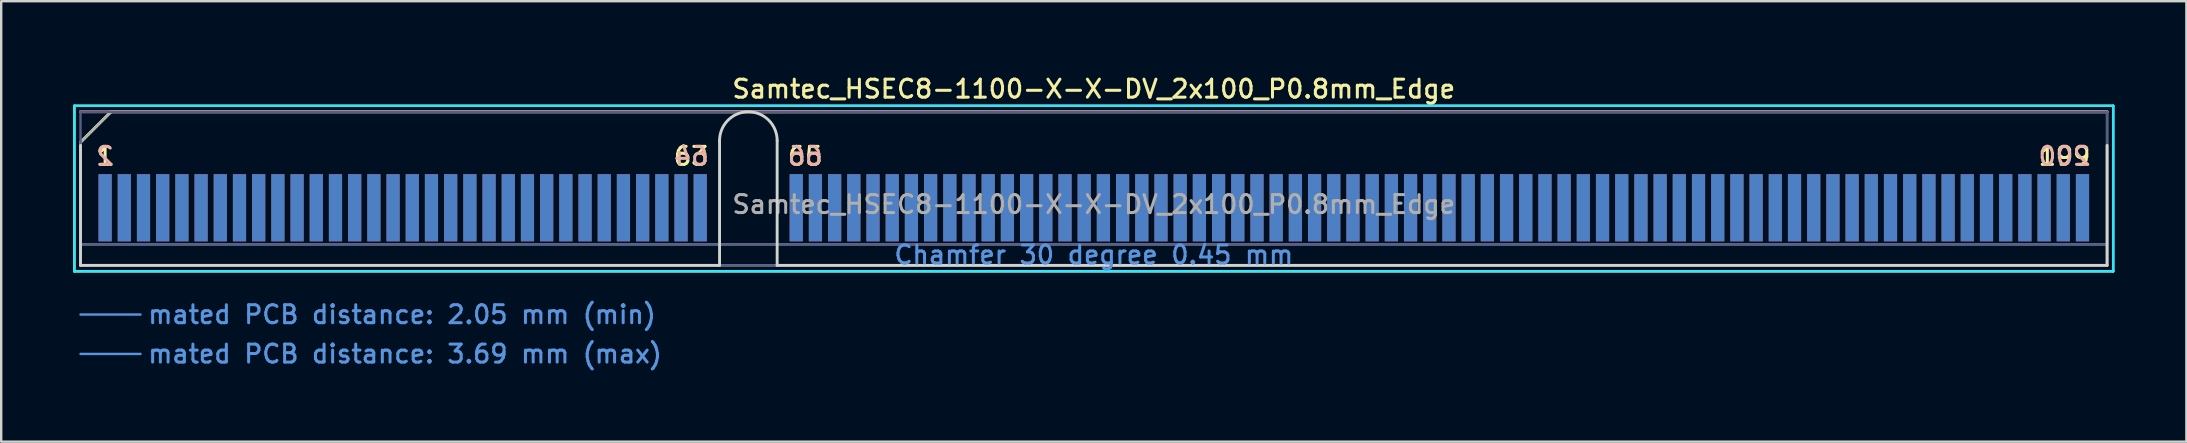
<source format=kicad_pcb>
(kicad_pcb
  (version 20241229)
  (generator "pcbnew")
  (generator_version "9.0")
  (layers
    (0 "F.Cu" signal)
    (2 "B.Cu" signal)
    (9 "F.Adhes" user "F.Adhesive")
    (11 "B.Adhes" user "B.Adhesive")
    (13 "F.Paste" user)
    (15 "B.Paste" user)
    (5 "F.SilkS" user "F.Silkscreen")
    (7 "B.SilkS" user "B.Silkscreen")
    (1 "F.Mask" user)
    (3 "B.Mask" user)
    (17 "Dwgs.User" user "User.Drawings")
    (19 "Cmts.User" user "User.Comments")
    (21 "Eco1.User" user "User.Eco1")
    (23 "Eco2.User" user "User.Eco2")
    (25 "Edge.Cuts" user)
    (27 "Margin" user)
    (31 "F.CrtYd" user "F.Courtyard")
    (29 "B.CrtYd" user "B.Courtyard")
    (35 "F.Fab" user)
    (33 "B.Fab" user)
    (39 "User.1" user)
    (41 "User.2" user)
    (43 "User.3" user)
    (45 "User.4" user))
  (footprint "Samtec_HSEC8-1100-X-X-DV_2x100_P0.8mm_Edge"
    (layer "F.Cu")
    (at 42.53 8.008)
    (property "Reference" "Samtec_HSEC8-1100-X-X-DV_2x100_P0.8mm_Edge" (at 0 -7.35 0) (layer "F.SilkS") (effects (font (size 0.75 0.75) (thickness 0.125))))
    (attr exclude_from_pos_files exclude_from_bom)
    (fp_line (start -42.48 -6.65) (end -42.48 0.25) (stroke (width 0.1) (type solid)) (layer "F.SilkS"))
    (fp_line (start -42.48 0.25) (end 42.48 0.25) (stroke (width 0.1) (type solid)) (layer "F.SilkS"))
    (fp_line (start -42.225 -5.13) (end -40.955 -6.4) (stroke (width 0.12) (type solid)) (layer "F.SilkS"))
    (fp_line (start -40.955 -6.4) (end 42.225 -6.4) (stroke (width 0.12) (type solid)) (layer "F.SilkS"))
    (fp_line (start 42.48 -6.65) (end -42.48 -6.65) (stroke (width 0.1) (type solid)) (layer "F.SilkS"))
    (fp_line (start 42.48 0.25) (end 42.48 -6.65) (stroke (width 0.1) (type solid)) (layer "F.SilkS"))
    (fp_line (start -42.225 -6.4) (end -42.225 -6.4) (stroke (width 0.12) (type solid)) (layer "B.SilkS"))
    (fp_line (start -42.225 -6.4) (end 42.225 -6.4) (stroke (width 0.12) (type solid)) (layer "B.SilkS"))
    (fp_line (start -42.225 2.05) (end -39.725 2.05) (stroke (width 0.1) (type solid)) (layer "Cmts.User"))
    (fp_line (start -42.225 3.69) (end -39.725 3.69) (stroke (width 0.1) (type solid)) (layer "Cmts.User"))
    (fp_line (start -42.225 -5) (end -42.225 0) (stroke (width 0.12) (type solid)) (layer "Edge.Cuts"))
    (fp_line (start -42.225 0) (end -15.595 0) (stroke (width 0.12) (type solid)) (layer "Edge.Cuts"))
    (fp_line (start -15.595 0) (end -15.595 -5.2) (stroke (width 0.12) (type solid)) (layer "Edge.Cuts"))
    (fp_line (start -13.195 -5.2) (end -13.195 0) (stroke (width 0.12) (type solid)) (layer "Edge.Cuts"))
    (fp_line (start -13.195 0) (end 42.225 0) (stroke (width 0.12) (type solid)) (layer "Edge.Cuts"))
    (fp_line (start 42.225 0) (end 42.225 -5) (stroke (width 0.12) (type solid)) (layer "Edge.Cuts"))
    (fp_arc (start -15.595 -5.2) (mid -14.395 -6.4) (end -13.195 -5.2) (stroke (width 0.12) (type solid)) (layer "Edge.Cuts"))
    (fp_line (start -42.48 -6.65) (end -42.48 0.25) (stroke (width 0.1) (type solid)) (layer "B.CrtYd"))
    (fp_line (start -42.48 0.25) (end 42.48 0.25) (stroke (width 0.1) (type solid)) (layer "B.CrtYd"))
    (fp_line (start 42.48 -6.65) (end -42.48 -6.65) (stroke (width 0.1) (type solid)) (layer "B.CrtYd"))
    (fp_line (start 42.48 0.25) (end 42.48 -6.65) (stroke (width 0.1) (type solid)) (layer "B.CrtYd"))
    (fp_line (start -42.225 -6.4) (end -42.225 -6.4) (stroke (width 0.1) (type solid)) (layer "B.Fab"))
    (fp_line (start -42.225 -6.4) (end -42.225 0) (stroke (width 0.1) (type solid)) (layer "B.Fab"))
    (fp_line (start -42.225 -6.4) (end 42.225 -6.4) (stroke (width 0.1) (type solid)) (layer "B.Fab"))
    (fp_line (start -42.225 -0.88) (end 42.225 -0.88) (stroke (width 0.1) (type solid)) (layer "B.Fab"))
    (fp_line (start -42.225 0) (end 42.225 0) (stroke (width 0.1) (type solid)) (layer "B.Fab"))
    (fp_line (start 42.225 -6.4) (end 42.225 0) (stroke (width 0.1) (type solid)) (layer "B.Fab"))
    (fp_line (start -42.225 -5.13) (end -42.225 0) (stroke (width 0.1) (type solid)) (layer "F.Fab"))
    (fp_line (start -42.225 -5.13) (end -40.955 -6.4) (stroke (width 0.1) (type solid)) (layer "F.Fab"))
    (fp_line (start -42.225 -0.88) (end 42.225 -0.88) (stroke (width 0.1) (type solid)) (layer "F.Fab"))
    (fp_line (start -42.225 0) (end 42.225 0) (stroke (width 0.1) (type solid)) (layer "F.Fab"))
    (fp_line (start -40.955 -6.4) (end 42.225 -6.4) (stroke (width 0.1) (type solid)) (layer "F.Fab"))
    (fp_line (start 42.225 -6.4) (end 42.225 0) (stroke (width 0.1) (type solid)) (layer "F.Fab"))
    (fp_text user "199" (at 40.45 -4.55 0) (layer "F.SilkS") (effects (font (size 0.75 0.75) (thickness 0.125))))
    (fp_text user "63" (at -16.775 -4.55 0) (layer "F.SilkS") (effects (font (size 0.75 0.75) (thickness 0.125))))
    (fp_text user "1" (at -41.2 -4.55 0) (layer "F.SilkS") (effects (font (size 0.75 0.75) (thickness 0.125))))
    (fp_text user "65" (at -12.025 -4.55 0) (layer "F.SilkS") (effects (font (size 0.75 0.75) (thickness 0.125))))
    (fp_text user "200" (at 40.45 -4.55 0) (layer "B.SilkS") (effects (font (size 0.75 0.75) (thickness 0.125)) (justify mirror)))
    (fp_text user "66" (at -12.025 -4.55 0) (layer "B.SilkS") (effects (font (size 0.75 0.75) (thickness 0.125)) (justify mirror)))
    (fp_text user "64" (at -16.775 -4.55 0) (layer "B.SilkS") (effects (font (size 0.75 0.75) (thickness 0.125)) (justify mirror)))
    (fp_text user "2" (at -41.2 -4.55 0) (layer "B.SilkS") (effects (font (size 0.75 0.75) (thickness 0.125)) (justify mirror)))
    (fp_text user "Chamfer 30 degree 0.45 mm" (at 0 -0.44 0) (layer "Cmts.User") (effects (font (size 0.75 0.75) (thickness 0.125))))
    (fp_text user "mated PCB distance: 3.69 mm (max)" (at -39.48 3.69 0) (layer "Cmts.User") (effects (font (size 0.75 0.75) (thickness 0.125)) (justify left)))
    (fp_text user "mated PCB distance: 2.05 mm (min)" (at -39.48 2.05 0) (layer "Cmts.User") (effects (font (size 0.75 0.75) (thickness 0.125)) (justify left)))
    (fp_text user "${REFERENCE}" (at 0 -2.54 0) (layer "F.Fab") (effects (font (size 0.75 0.75) (thickness 0.125))))
    (pad "1" connect rect (at -41.2 -2.4) (size 0.55 2.8) (layers "F.Cu" "F.Mask"))
    (pad "2" connect rect (at -41.2 -2.4) (size 0.55 2.8) (layers "B.Cu" "B.Mask"))
    (pad "3" connect rect (at -40.4 -2.4) (size 0.55 2.8) (layers "F.Cu" "F.Mask"))
    (pad "4" connect rect (at -40.4 -2.4) (size 0.55 2.8) (layers "B.Cu" "B.Mask"))
    (pad "5" connect rect (at -39.6 -2.4) (size 0.55 2.8) (layers "F.Cu" "F.Mask"))
    (pad "6" connect rect (at -39.6 -2.4) (size 0.55 2.8) (layers "B.Cu" "B.Mask"))
    (pad "7" connect rect (at -38.8 -2.4) (size 0.55 2.8) (layers "F.Cu" "F.Mask"))
    (pad "8" connect rect (at -38.8 -2.4) (size 0.55 2.8) (layers "B.Cu" "B.Mask"))
    (pad "9" connect rect (at -38 -2.4) (size 0.55 2.8) (layers "F.Cu" "F.Mask"))
    (pad "10" connect rect (at -38 -2.4) (size 0.55 2.8) (layers "B.Cu" "B.Mask"))
    (pad "11" connect rect (at -37.2 -2.4) (size 0.55 2.8) (layers "F.Cu" "F.Mask"))
    (pad "12" connect rect (at -37.2 -2.4) (size 0.55 2.8) (layers "B.Cu" "B.Mask"))
    (pad "13" connect rect (at -36.4 -2.4) (size 0.55 2.8) (layers "F.Cu" "F.Mask"))
    (pad "14" connect rect (at -36.4 -2.4) (size 0.55 2.8) (layers "B.Cu" "B.Mask"))
    (pad "15" connect rect (at -35.6 -2.4) (size 0.55 2.8) (layers "F.Cu" "F.Mask"))
    (pad "16" connect rect (at -35.6 -2.4) (size 0.55 2.8) (layers "B.Cu" "B.Mask"))
    (pad "17" connect rect (at -34.8 -2.4) (size 0.55 2.8) (layers "F.Cu" "F.Mask"))
    (pad "18" connect rect (at -34.8 -2.4) (size 0.55 2.8) (layers "B.Cu" "B.Mask"))
    (pad "19" connect rect (at -34 -2.4) (size 0.55 2.8) (layers "F.Cu" "F.Mask"))
    (pad "20" connect rect (at -34 -2.4) (size 0.55 2.8) (layers "B.Cu" "B.Mask"))
    (pad "21" connect rect (at -33.2 -2.4) (size 0.55 2.8) (layers "F.Cu" "F.Mask"))
    (pad "22" connect rect (at -33.2 -2.4) (size 0.55 2.8) (layers "B.Cu" "B.Mask"))
    (pad "23" connect rect (at -32.4 -2.4) (size 0.55 2.8) (layers "F.Cu" "F.Mask"))
    (pad "24" connect rect (at -32.4 -2.4) (size 0.55 2.8) (layers "B.Cu" "B.Mask"))
    (pad "25" connect rect (at -31.6 -2.4) (size 0.55 2.8) (layers "F.Cu" "F.Mask"))
    (pad "26" connect rect (at -31.6 -2.4) (size 0.55 2.8) (layers "B.Cu" "B.Mask"))
    (pad "27" connect rect (at -30.8 -2.4) (size 0.55 2.8) (layers "F.Cu" "F.Mask"))
    (pad "28" connect rect (at -30.8 -2.4) (size 0.55 2.8) (layers "B.Cu" "B.Mask"))
    (pad "29" connect rect (at -30 -2.4) (size 0.55 2.8) (layers "F.Cu" "F.Mask"))
    (pad "30" connect rect (at -30 -2.4) (size 0.55 2.8) (layers "B.Cu" "B.Mask"))
    (pad "31" connect rect (at -29.2 -2.4) (size 0.55 2.8) (layers "F.Cu" "F.Mask"))
    (pad "32" connect rect (at -29.2 -2.4) (size 0.55 2.8) (layers "B.Cu" "B.Mask"))
    (pad "33" connect rect (at -28.4 -2.4) (size 0.55 2.8) (layers "F.Cu" "F.Mask"))
    (pad "34" connect rect (at -28.4 -2.4) (size 0.55 2.8) (layers "B.Cu" "B.Mask"))
    (pad "35" connect rect (at -27.6 -2.4) (size 0.55 2.8) (layers "F.Cu" "F.Mask"))
    (pad "36" connect rect (at -27.6 -2.4) (size 0.55 2.8) (layers "B.Cu" "B.Mask"))
    (pad "37" connect rect (at -26.8 -2.4) (size 0.55 2.8) (layers "F.Cu" "F.Mask"))
    (pad "38" connect rect (at -26.8 -2.4) (size 0.55 2.8) (layers "B.Cu" "B.Mask"))
    (pad "39" connect rect (at -26 -2.4) (size 0.55 2.8) (layers "F.Cu" "F.Mask"))
    (pad "40" connect rect (at -26 -2.4) (size 0.55 2.8) (layers "B.Cu" "B.Mask"))
    (pad "41" connect rect (at -25.2 -2.4) (size 0.55 2.8) (layers "F.Cu" "F.Mask"))
    (pad "42" connect rect (at -25.2 -2.4) (size 0.55 2.8) (layers "B.Cu" "B.Mask"))
    (pad "43" connect rect (at -24.4 -2.4) (size 0.55 2.8) (layers "F.Cu" "F.Mask"))
    (pad "44" connect rect (at -24.4 -2.4) (size 0.55 2.8) (layers "B.Cu" "B.Mask"))
    (pad "45" connect rect (at -23.6 -2.4) (size 0.55 2.8) (layers "F.Cu" "F.Mask"))
    (pad "46" connect rect (at -23.6 -2.4) (size 0.55 2.8) (layers "B.Cu" "B.Mask"))
    (pad "47" connect rect (at -22.8 -2.4) (size 0.55 2.8) (layers "F.Cu" "F.Mask"))
    (pad "48" connect rect (at -22.8 -2.4) (size 0.55 2.8) (layers "B.Cu" "B.Mask"))
    (pad "49" connect rect (at -22 -2.4) (size 0.55 2.8) (layers "F.Cu" "F.Mask"))
    (pad "50" connect rect (at -22 -2.4) (size 0.55 2.8) (layers "B.Cu" "B.Mask"))
    (pad "51" connect rect (at -21.2 -2.4) (size 0.55 2.8) (layers "F.Cu" "F.Mask"))
    (pad "52" connect rect (at -21.2 -2.4) (size 0.55 2.8) (layers "B.Cu" "B.Mask"))
    (pad "53" connect rect (at -20.4 -2.4) (size 0.55 2.8) (layers "F.Cu" "F.Mask"))
    (pad "54" connect rect (at -20.4 -2.4) (size 0.55 2.8) (layers "B.Cu" "B.Mask"))
    (pad "55" connect rect (at -19.6 -2.4) (size 0.55 2.8) (layers "F.Cu" "F.Mask"))
    (pad "56" connect rect (at -19.6 -2.4) (size 0.55 2.8) (layers "B.Cu" "B.Mask"))
    (pad "57" connect rect (at -18.8 -2.4) (size 0.55 2.8) (layers "F.Cu" "F.Mask"))
    (pad "58" connect rect (at -18.8 -2.4) (size 0.55 2.8) (layers "B.Cu" "B.Mask"))
    (pad "59" connect rect (at -18 -2.4) (size 0.55 2.8) (layers "F.Cu" "F.Mask"))
    (pad "60" connect rect (at -18 -2.4) (size 0.55 2.8) (layers "B.Cu" "B.Mask"))
    (pad "61" connect rect (at -17.2 -2.4) (size 0.55 2.8) (layers "F.Cu" "F.Mask"))
    (pad "62" connect rect (at -17.2 -2.4) (size 0.55 2.8) (layers "B.Cu" "B.Mask"))
    (pad "63" connect rect (at -16.4 -2.4) (size 0.55 2.8) (layers "F.Cu" "F.Mask"))
    (pad "64" connect rect (at -16.4 -2.4) (size 0.55 2.8) (layers "B.Cu" "B.Mask"))
    (pad "65" connect rect (at -12.4 -2.4) (size 0.55 2.8) (layers "F.Cu" "F.Mask"))
    (pad "66" connect rect (at -12.4 -2.4) (size 0.55 2.8) (layers "B.Cu" "B.Mask"))
    (pad "67" connect rect (at -11.6 -2.4) (size 0.55 2.8) (layers "F.Cu" "F.Mask"))
    (pad "68" connect rect (at -11.6 -2.4) (size 0.55 2.8) (layers "B.Cu" "B.Mask"))
    (pad "69" connect rect (at -10.8 -2.4) (size 0.55 2.8) (layers "F.Cu" "F.Mask"))
    (pad "70" connect rect (at -10.8 -2.4) (size 0.55 2.8) (layers "B.Cu" "B.Mask"))
    (pad "71" connect rect (at -10 -2.4) (size 0.55 2.8) (layers "F.Cu" "F.Mask"))
    (pad "72" connect rect (at -10 -2.4) (size 0.55 2.8) (layers "B.Cu" "B.Mask"))
    (pad "73" connect rect (at -9.2 -2.4) (size 0.55 2.8) (layers "F.Cu" "F.Mask"))
    (pad "74" connect rect (at -9.2 -2.4) (size 0.55 2.8) (layers "B.Cu" "B.Mask"))
    (pad "75" connect rect (at -8.4 -2.4) (size 0.55 2.8) (layers "F.Cu" "F.Mask"))
    (pad "76" connect rect (at -8.4 -2.4) (size 0.55 2.8) (layers "B.Cu" "B.Mask"))
    (pad "77" connect rect (at -7.6 -2.4) (size 0.55 2.8) (layers "F.Cu" "F.Mask"))
    (pad "78" connect rect (at -7.6 -2.4) (size 0.55 2.8) (layers "B.Cu" "B.Mask"))
    (pad "79" connect rect (at -6.8 -2.4) (size 0.55 2.8) (layers "F.Cu" "F.Mask"))
    (pad "80" connect rect (at -6.8 -2.4) (size 0.55 2.8) (layers "B.Cu" "B.Mask"))
    (pad "81" connect rect (at -6 -2.4) (size 0.55 2.8) (layers "F.Cu" "F.Mask"))
    (pad "82" connect rect (at -6 -2.4) (size 0.55 2.8) (layers "B.Cu" "B.Mask"))
    (pad "83" connect rect (at -5.2 -2.4) (size 0.55 2.8) (layers "F.Cu" "F.Mask"))
    (pad "84" connect rect (at -5.2 -2.4) (size 0.55 2.8) (layers "B.Cu" "B.Mask"))
    (pad "85" connect rect (at -4.4 -2.4) (size 0.55 2.8) (layers "F.Cu" "F.Mask"))
    (pad "86" connect rect (at -4.4 -2.4) (size 0.55 2.8) (layers "B.Cu" "B.Mask"))
    (pad "87" connect rect (at -3.6 -2.4) (size 0.55 2.8) (layers "F.Cu" "F.Mask"))
    (pad "88" connect rect (at -3.6 -2.4) (size 0.55 2.8) (layers "B.Cu" "B.Mask"))
    (pad "89" connect rect (at -2.8 -2.4) (size 0.55 2.8) (layers "F.Cu" "F.Mask"))
    (pad "90" connect rect (at -2.8 -2.4) (size 0.55 2.8) (layers "B.Cu" "B.Mask"))
    (pad "91" connect rect (at -2 -2.4) (size 0.55 2.8) (layers "F.Cu" "F.Mask"))
    (pad "92" connect rect (at -2 -2.4) (size 0.55 2.8) (layers "B.Cu" "B.Mask"))
    (pad "93" connect rect (at -1.2 -2.4) (size 0.55 2.8) (layers "F.Cu" "F.Mask"))
    (pad "94" connect rect (at -1.2 -2.4) (size 0.55 2.8) (layers "B.Cu" "B.Mask"))
    (pad "95" connect rect (at -0.4 -2.4) (size 0.55 2.8) (layers "F.Cu" "F.Mask"))
    (pad "96" connect rect (at -0.4 -2.4) (size 0.55 2.8) (layers "B.Cu" "B.Mask"))
    (pad "97" connect rect (at 0.4 -2.4) (size 0.55 2.8) (layers "F.Cu" "F.Mask"))
    (pad "98" connect rect (at 0.4 -2.4) (size 0.55 2.8) (layers "B.Cu" "B.Mask"))
    (pad "99" connect rect (at 1.2 -2.4) (size 0.55 2.8) (layers "F.Cu" "F.Mask"))
    (pad "100" connect rect (at 1.2 -2.4) (size 0.55 2.8) (layers "B.Cu" "B.Mask"))
    (pad "101" connect rect (at 2 -2.4) (size 0.55 2.8) (layers "F.Cu" "F.Mask"))
    (pad "102" connect rect (at 2 -2.4) (size 0.55 2.8) (layers "B.Cu" "B.Mask"))
    (pad "103" connect rect (at 2.8 -2.4) (size 0.55 2.8) (layers "F.Cu" "F.Mask"))
    (pad "104" connect rect (at 2.8 -2.4) (size 0.55 2.8) (layers "B.Cu" "B.Mask"))
    (pad "105" connect rect (at 3.6 -2.4) (size 0.55 2.8) (layers "F.Cu" "F.Mask"))
    (pad "106" connect rect (at 3.6 -2.4) (size 0.55 2.8) (layers "B.Cu" "B.Mask"))
    (pad "107" connect rect (at 4.4 -2.4) (size 0.55 2.8) (layers "F.Cu" "F.Mask"))
    (pad "108" connect rect (at 4.4 -2.4) (size 0.55 2.8) (layers "B.Cu" "B.Mask"))
    (pad "109" connect rect (at 5.2 -2.4) (size 0.55 2.8) (layers "F.Cu" "F.Mask"))
    (pad "110" connect rect (at 5.2 -2.4) (size 0.55 2.8) (layers "B.Cu" "B.Mask"))
    (pad "111" connect rect (at 6 -2.4) (size 0.55 2.8) (layers "F.Cu" "F.Mask"))
    (pad "112" connect rect (at 6 -2.4) (size 0.55 2.8) (layers "B.Cu" "B.Mask"))
    (pad "113" connect rect (at 6.8 -2.4) (size 0.55 2.8) (layers "F.Cu" "F.Mask"))
    (pad "114" connect rect (at 6.8 -2.4) (size 0.55 2.8) (layers "B.Cu" "B.Mask"))
    (pad "115" connect rect (at 7.6 -2.4) (size 0.55 2.8) (layers "F.Cu" "F.Mask"))
    (pad "116" connect rect (at 7.6 -2.4) (size 0.55 2.8) (layers "B.Cu" "B.Mask"))
    (pad "117" connect rect (at 8.4 -2.4) (size 0.55 2.8) (layers "F.Cu" "F.Mask"))
    (pad "118" connect rect (at 8.4 -2.4) (size 0.55 2.8) (layers "B.Cu" "B.Mask"))
    (pad "119" connect rect (at 9.2 -2.4) (size 0.55 2.8) (layers "F.Cu" "F.Mask"))
    (pad "120" connect rect (at 9.2 -2.4) (size 0.55 2.8) (layers "B.Cu" "B.Mask"))
    (pad "121" connect rect (at 10 -2.4) (size 0.55 2.8) (layers "F.Cu" "F.Mask"))
    (pad "122" connect rect (at 10 -2.4) (size 0.55 2.8) (layers "B.Cu" "B.Mask"))
    (pad "123" connect rect (at 10.8 -2.4) (size 0.55 2.8) (layers "F.Cu" "F.Mask"))
    (pad "124" connect rect (at 10.8 -2.4) (size 0.55 2.8) (layers "B.Cu" "B.Mask"))
    (pad "125" connect rect (at 11.6 -2.4) (size 0.55 2.8) (layers "F.Cu" "F.Mask"))
    (pad "126" connect rect (at 11.6 -2.4) (size 0.55 2.8) (layers "B.Cu" "B.Mask"))
    (pad "127" connect rect (at 12.4 -2.4) (size 0.55 2.8) (layers "F.Cu" "F.Mask"))
    (pad "128" connect rect (at 12.4 -2.4) (size 0.55 2.8) (layers "B.Cu" "B.Mask"))
    (pad "129" connect rect (at 13.2 -2.4) (size 0.55 2.8) (layers "F.Cu" "F.Mask"))
    (pad "130" connect rect (at 13.2 -2.4) (size 0.55 2.8) (layers "B.Cu" "B.Mask"))
    (pad "131" connect rect (at 14 -2.4) (size 0.55 2.8) (layers "F.Cu" "F.Mask"))
    (pad "132" connect rect (at 14 -2.4) (size 0.55 2.8) (layers "B.Cu" "B.Mask"))
    (pad "133" connect rect (at 14.8 -2.4) (size 0.55 2.8) (layers "F.Cu" "F.Mask"))
    (pad "134" connect rect (at 14.8 -2.4) (size 0.55 2.8) (layers "B.Cu" "B.Mask"))
    (pad "135" connect rect (at 15.6 -2.4) (size 0.55 2.8) (layers "F.Cu" "F.Mask"))
    (pad "136" connect rect (at 15.6 -2.4) (size 0.55 2.8) (layers "B.Cu" "B.Mask"))
    (pad "137" connect rect (at 16.4 -2.4) (size 0.55 2.8) (layers "F.Cu" "F.Mask"))
    (pad "138" connect rect (at 16.4 -2.4) (size 0.55 2.8) (layers "B.Cu" "B.Mask"))
    (pad "139" connect rect (at 17.2 -2.4) (size 0.55 2.8) (layers "F.Cu" "F.Mask"))
    (pad "140" connect rect (at 17.2 -2.4) (size 0.55 2.8) (layers "B.Cu" "B.Mask"))
    (pad "141" connect rect (at 18 -2.4) (size 0.55 2.8) (layers "F.Cu" "F.Mask"))
    (pad "142" connect rect (at 18 -2.4) (size 0.55 2.8) (layers "B.Cu" "B.Mask"))
    (pad "143" connect rect (at 18.8 -2.4) (size 0.55 2.8) (layers "F.Cu" "F.Mask"))
    (pad "144" connect rect (at 18.8 -2.4) (size 0.55 2.8) (layers "B.Cu" "B.Mask"))
    (pad "145" connect rect (at 19.6 -2.4) (size 0.55 2.8) (layers "F.Cu" "F.Mask"))
    (pad "146" connect rect (at 19.6 -2.4) (size 0.55 2.8) (layers "B.Cu" "B.Mask"))
    (pad "147" connect rect (at 20.4 -2.4) (size 0.55 2.8) (layers "F.Cu" "F.Mask"))
    (pad "148" connect rect (at 20.4 -2.4) (size 0.55 2.8) (layers "B.Cu" "B.Mask"))
    (pad "149" connect rect (at 21.2 -2.4) (size 0.55 2.8) (layers "F.Cu" "F.Mask"))
    (pad "150" connect rect (at 21.2 -2.4) (size 0.55 2.8) (layers "B.Cu" "B.Mask"))
    (pad "151" connect rect (at 22 -2.4) (size 0.55 2.8) (layers "F.Cu" "F.Mask"))
    (pad "152" connect rect (at 22 -2.4) (size 0.55 2.8) (layers "B.Cu" "B.Mask"))
    (pad "153" connect rect (at 22.8 -2.4) (size 0.55 2.8) (layers "F.Cu" "F.Mask"))
    (pad "154" connect rect (at 22.8 -2.4) (size 0.55 2.8) (layers "B.Cu" "B.Mask"))
    (pad "155" connect rect (at 23.6 -2.4) (size 0.55 2.8) (layers "F.Cu" "F.Mask"))
    (pad "156" connect rect (at 23.6 -2.4) (size 0.55 2.8) (layers "B.Cu" "B.Mask"))
    (pad "157" connect rect (at 24.4 -2.4) (size 0.55 2.8) (layers "F.Cu" "F.Mask"))
    (pad "158" connect rect (at 24.4 -2.4) (size 0.55 2.8) (layers "B.Cu" "B.Mask"))
    (pad "159" connect rect (at 25.2 -2.4) (size 0.55 2.8) (layers "F.Cu" "F.Mask"))
    (pad "160" connect rect (at 25.2 -2.4) (size 0.55 2.8) (layers "B.Cu" "B.Mask"))
    (pad "161" connect rect (at 26 -2.4) (size 0.55 2.8) (layers "F.Cu" "F.Mask"))
    (pad "162" connect rect (at 26 -2.4) (size 0.55 2.8) (layers "B.Cu" "B.Mask"))
    (pad "163" connect rect (at 26.8 -2.4) (size 0.55 2.8) (layers "F.Cu" "F.Mask"))
    (pad "164" connect rect (at 26.8 -2.4) (size 0.55 2.8) (layers "B.Cu" "B.Mask"))
    (pad "165" connect rect (at 27.6 -2.4) (size 0.55 2.8) (layers "F.Cu" "F.Mask"))
    (pad "166" connect rect (at 27.6 -2.4) (size 0.55 2.8) (layers "B.Cu" "B.Mask"))
    (pad "167" connect rect (at 28.4 -2.4) (size 0.55 2.8) (layers "F.Cu" "F.Mask"))
    (pad "168" connect rect (at 28.4 -2.4) (size 0.55 2.8) (layers "B.Cu" "B.Mask"))
    (pad "169" connect rect (at 29.2 -2.4) (size 0.55 2.8) (layers "F.Cu" "F.Mask"))
    (pad "170" connect rect (at 29.2 -2.4) (size 0.55 2.8) (layers "B.Cu" "B.Mask"))
    (pad "171" connect rect (at 30 -2.4) (size 0.55 2.8) (layers "F.Cu" "F.Mask"))
    (pad "172" connect rect (at 30 -2.4) (size 0.55 2.8) (layers "B.Cu" "B.Mask"))
    (pad "173" connect rect (at 30.8 -2.4) (size 0.55 2.8) (layers "F.Cu" "F.Mask"))
    (pad "174" connect rect (at 30.8 -2.4) (size 0.55 2.8) (layers "B.Cu" "B.Mask"))
    (pad "175" connect rect (at 31.6 -2.4) (size 0.55 2.8) (layers "F.Cu" "F.Mask"))
    (pad "176" connect rect (at 31.6 -2.4) (size 0.55 2.8) (layers "B.Cu" "B.Mask"))
    (pad "177" connect rect (at 32.4 -2.4) (size 0.55 2.8) (layers "F.Cu" "F.Mask"))
    (pad "178" connect rect (at 32.4 -2.4) (size 0.55 2.8) (layers "B.Cu" "B.Mask"))
    (pad "179" connect rect (at 33.2 -2.4) (size 0.55 2.8) (layers "F.Cu" "F.Mask"))
    (pad "180" connect rect (at 33.2 -2.4) (size 0.55 2.8) (layers "B.Cu" "B.Mask"))
    (pad "181" connect rect (at 34 -2.4) (size 0.55 2.8) (layers "F.Cu" "F.Mask"))
    (pad "182" connect rect (at 34 -2.4) (size 0.55 2.8) (layers "B.Cu" "B.Mask"))
    (pad "183" connect rect (at 34.8 -2.4) (size 0.55 2.8) (layers "F.Cu" "F.Mask"))
    (pad "184" connect rect (at 34.8 -2.4) (size 0.55 2.8) (layers "B.Cu" "B.Mask"))
    (pad "185" connect rect (at 35.6 -2.4) (size 0.55 2.8) (layers "F.Cu" "F.Mask"))
    (pad "186" connect rect (at 35.6 -2.4) (size 0.55 2.8) (layers "B.Cu" "B.Mask"))
    (pad "187" connect rect (at 36.4 -2.4) (size 0.55 2.8) (layers "F.Cu" "F.Mask"))
    (pad "188" connect rect (at 36.4 -2.4) (size 0.55 2.8) (layers "B.Cu" "B.Mask"))
    (pad "189" connect rect (at 37.2 -2.4) (size 0.55 2.8) (layers "F.Cu" "F.Mask"))
    (pad "190" connect rect (at 37.2 -2.4) (size 0.55 2.8) (layers "B.Cu" "B.Mask"))
    (pad "191" connect rect (at 38 -2.4) (size 0.55 2.8) (layers "F.Cu" "F.Mask"))
    (pad "192" connect rect (at 38 -2.4) (size 0.55 2.8) (layers "B.Cu" "B.Mask"))
    (pad "193" connect rect (at 38.8 -2.4) (size 0.55 2.8) (layers "F.Cu" "F.Mask"))
    (pad "194" connect rect (at 38.8 -2.4) (size 0.55 2.8) (layers "B.Cu" "B.Mask"))
    (pad "195" connect rect (at 39.6 -2.4) (size 0.55 2.8) (layers "F.Cu" "F.Mask"))
    (pad "196" connect rect (at 39.6 -2.4) (size 0.55 2.8) (layers "B.Cu" "B.Mask"))
    (pad "197" connect rect (at 40.4 -2.4) (size 0.55 2.8) (layers "F.Cu" "F.Mask"))
    (pad "198" connect rect (at 40.4 -2.4) (size 0.55 2.8) (layers "B.Cu" "B.Mask"))
    (pad "199" connect rect (at 41.2 -2.4) (size 0.55 2.8) (layers "F.Cu" "F.Mask"))
    (pad "200" connect rect (at 41.2 -2.4) (size 0.55 2.8) (layers "B.Cu" "B.Mask")))
  (gr_rect
    (start -3 -3)
    (end 88.06 15.356)
    (stroke (width 0.1) (type default))
    (fill no)
    (layer "Edge.Cuts")))
</source>
